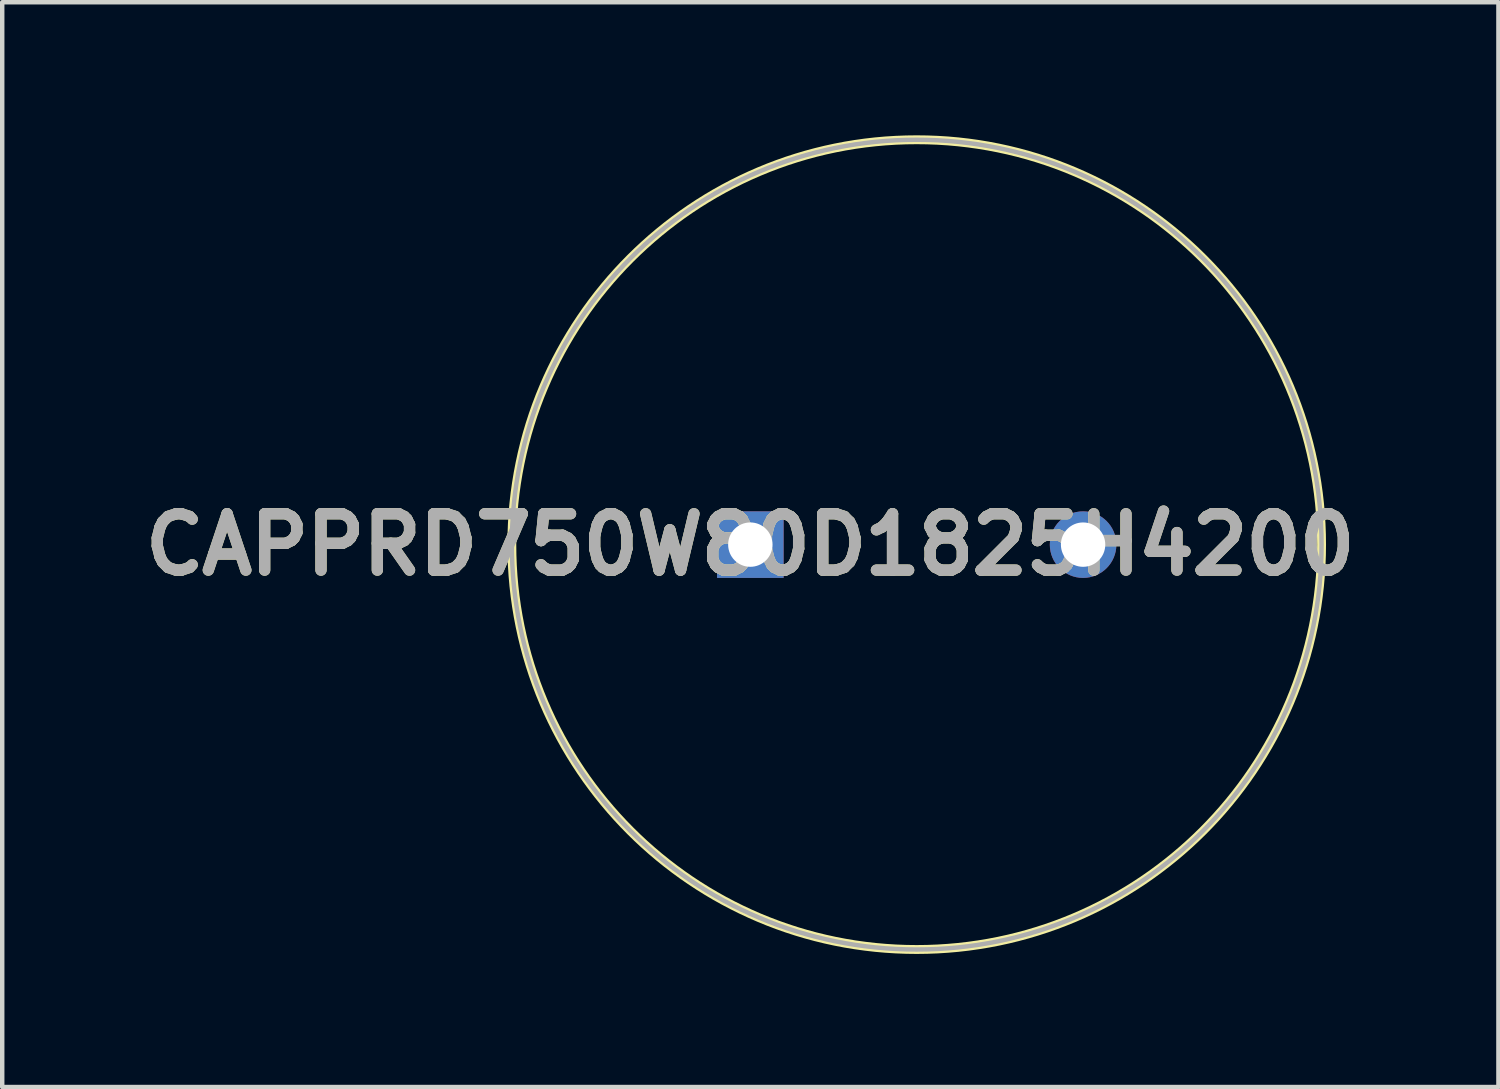
<source format=kicad_pcb>
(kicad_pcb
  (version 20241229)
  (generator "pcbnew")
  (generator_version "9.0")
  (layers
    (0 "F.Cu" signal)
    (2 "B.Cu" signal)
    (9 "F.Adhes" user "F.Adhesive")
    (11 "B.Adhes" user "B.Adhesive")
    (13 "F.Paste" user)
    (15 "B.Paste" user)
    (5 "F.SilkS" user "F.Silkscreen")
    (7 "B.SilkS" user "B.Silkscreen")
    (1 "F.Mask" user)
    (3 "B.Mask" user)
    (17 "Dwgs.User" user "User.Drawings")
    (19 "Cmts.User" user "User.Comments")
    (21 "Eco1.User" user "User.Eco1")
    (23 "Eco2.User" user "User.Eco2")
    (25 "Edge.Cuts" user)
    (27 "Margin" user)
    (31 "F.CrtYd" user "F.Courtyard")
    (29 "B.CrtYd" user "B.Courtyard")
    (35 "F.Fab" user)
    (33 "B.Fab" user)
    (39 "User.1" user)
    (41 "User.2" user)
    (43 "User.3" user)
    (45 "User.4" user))
  (footprint "CAPPRD750W80D1825H4200"
    (layer "F.Cu")
    (at 13.861 9.225)
    (property "Reference" "CAPPRD750W80D1825H4200" (at 0 0 0) (layer "F.SilkS") (effects (font (size 1.27 1.27) (thickness 0.254))))
    (attr through_hole)
    (fp_circle (center 3.75 0) (end 3.75 9.125) (stroke (width 0.2) (type solid)) (fill no) (layer "F.SilkS"))
    (fp_circle (center 3.75 0) (end 3.75 9.125) (stroke (width 0.1) (type solid)) (fill no) (layer "F.Fab"))
    (fp_text user "${REFERENCE}" (at 0 0 0) (layer "F.Fab") (effects (font (size 1.27 1.27) (thickness 0.254))))
    (pad "1" thru_hole rect (at 0 0) (size 1.5 1.5) (drill 1) (layers "*.Cu" "*.Mask"))
    (pad "2" thru_hole circle (at 7.5 0) (size 1.5 1.5) (drill 1) (layers "*.Cu" "*.Mask")))
  (gr_rect
    (start -3 -3)
    (end 30.722 21.45)
    (stroke (width 0.1) (type default))
    (fill no)
    (layer "Edge.Cuts")))
</source>
